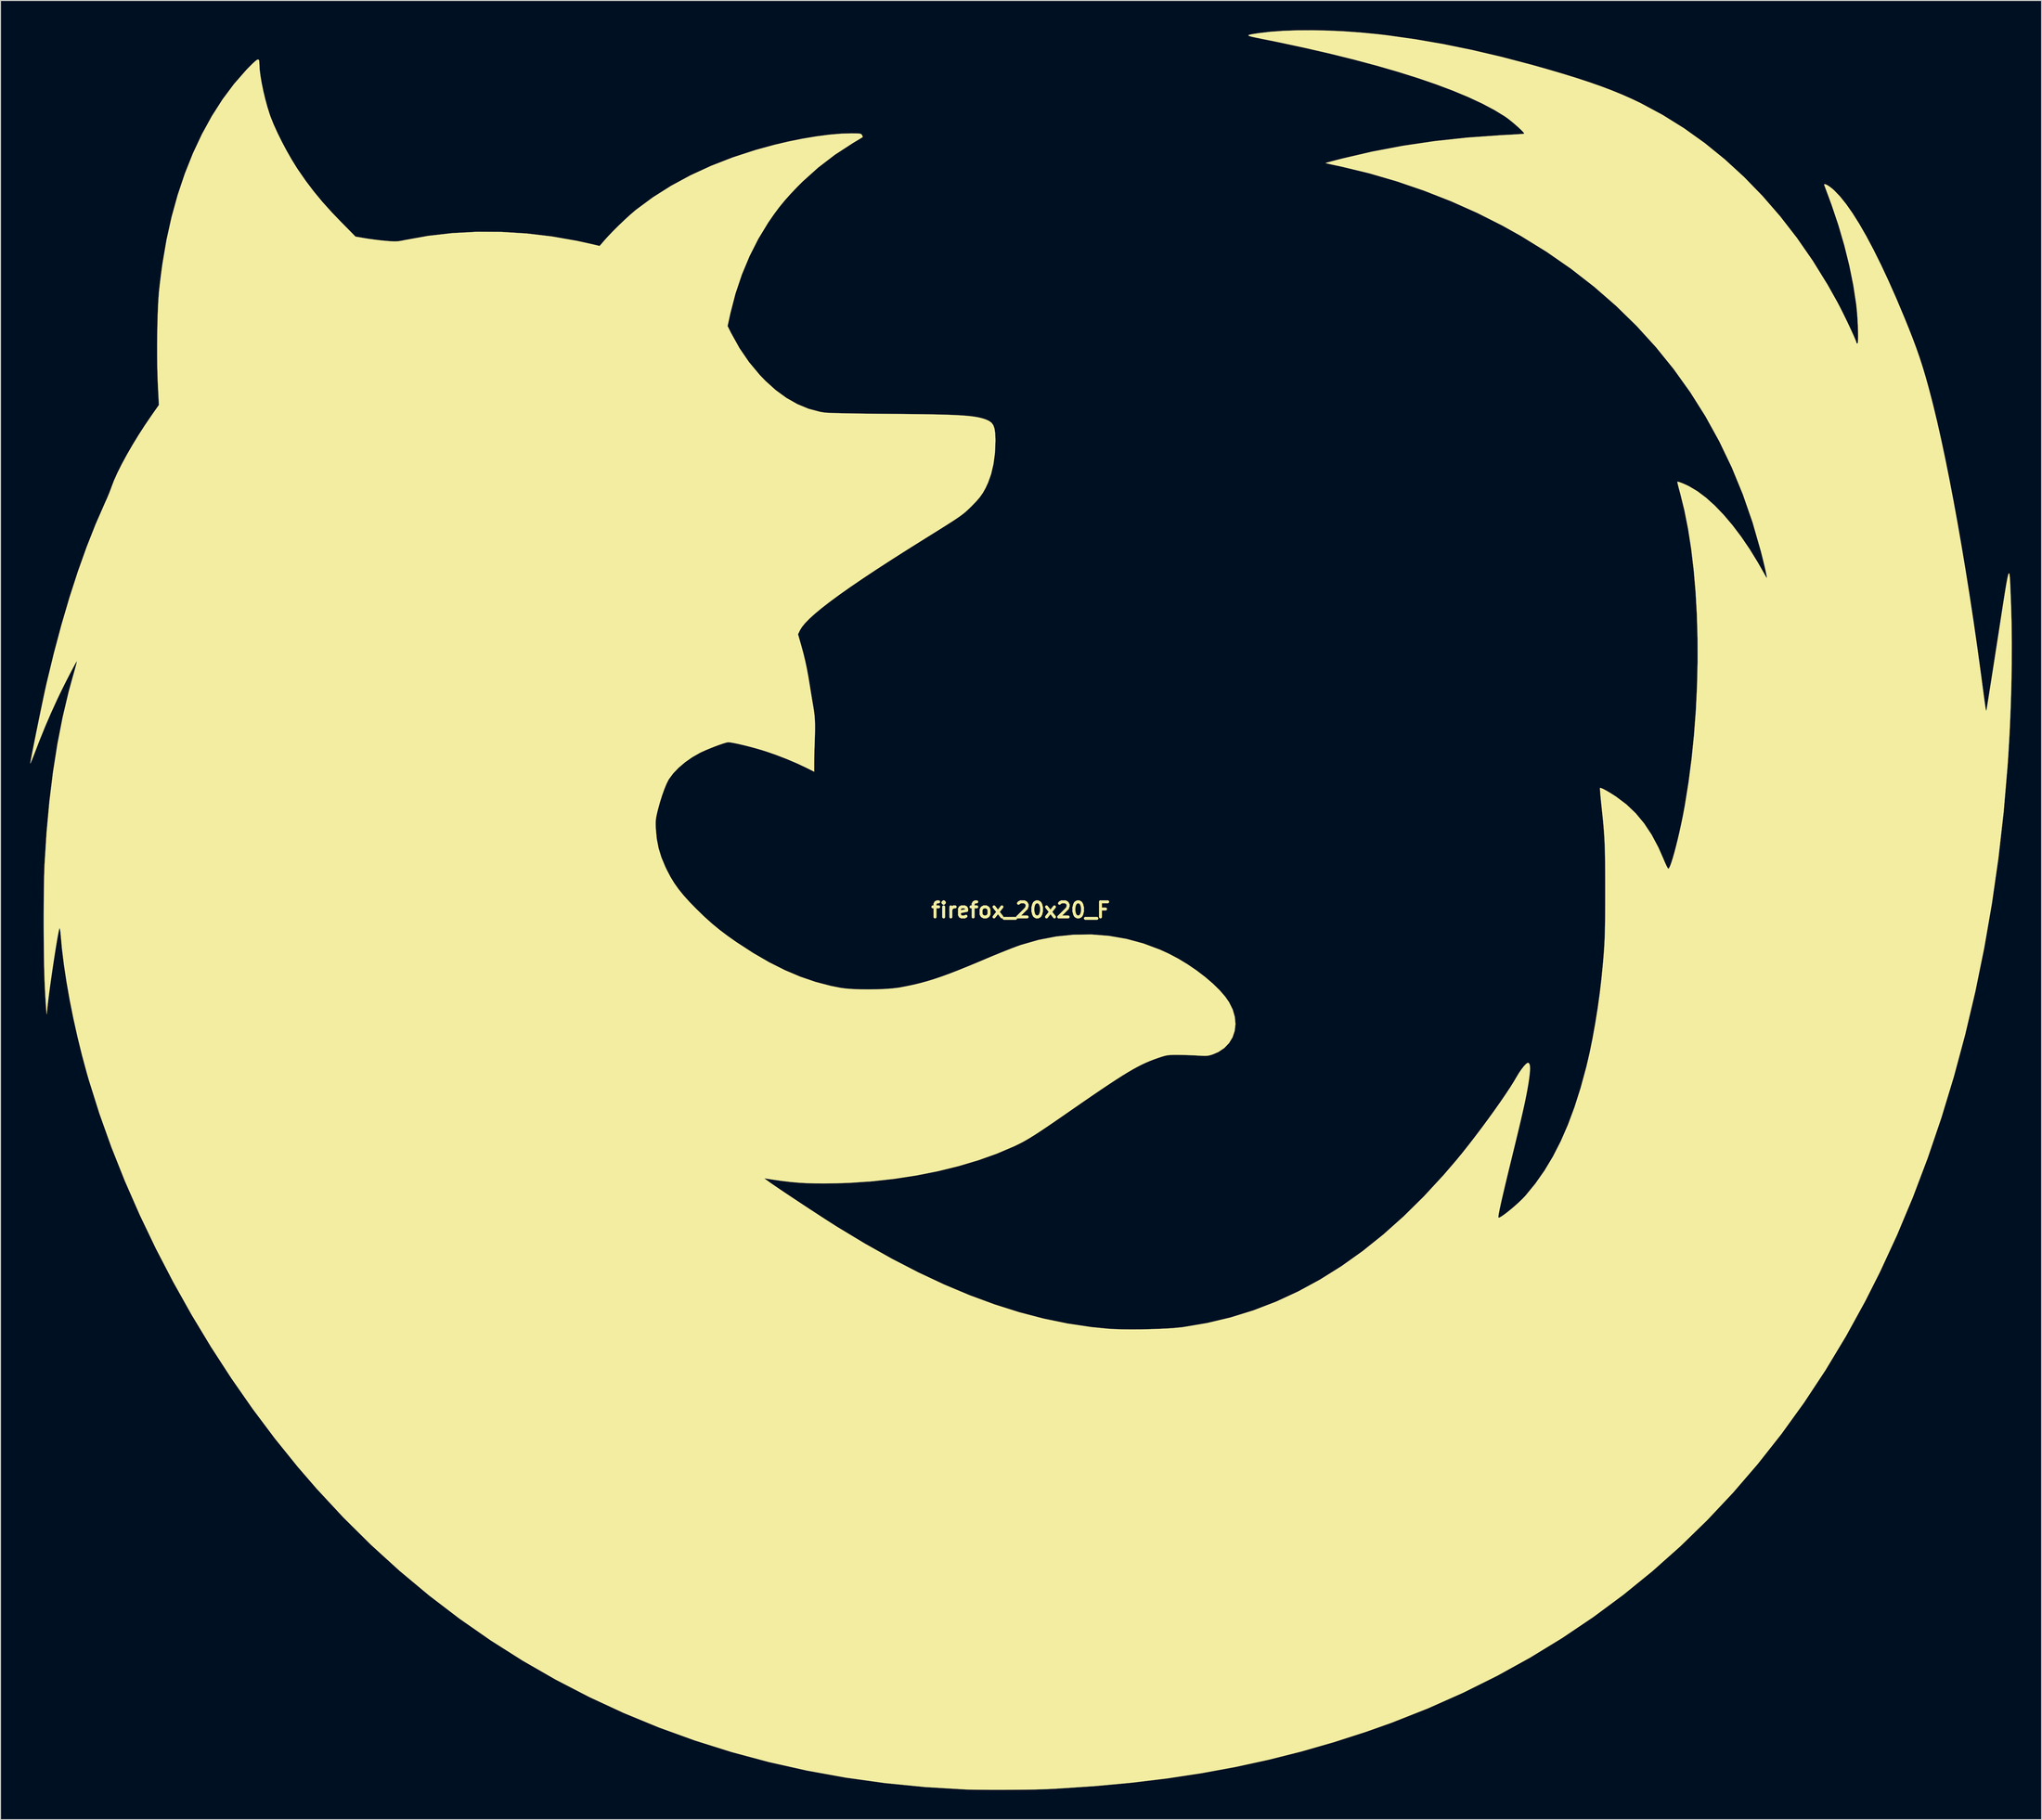
<source format=kicad_pcb>
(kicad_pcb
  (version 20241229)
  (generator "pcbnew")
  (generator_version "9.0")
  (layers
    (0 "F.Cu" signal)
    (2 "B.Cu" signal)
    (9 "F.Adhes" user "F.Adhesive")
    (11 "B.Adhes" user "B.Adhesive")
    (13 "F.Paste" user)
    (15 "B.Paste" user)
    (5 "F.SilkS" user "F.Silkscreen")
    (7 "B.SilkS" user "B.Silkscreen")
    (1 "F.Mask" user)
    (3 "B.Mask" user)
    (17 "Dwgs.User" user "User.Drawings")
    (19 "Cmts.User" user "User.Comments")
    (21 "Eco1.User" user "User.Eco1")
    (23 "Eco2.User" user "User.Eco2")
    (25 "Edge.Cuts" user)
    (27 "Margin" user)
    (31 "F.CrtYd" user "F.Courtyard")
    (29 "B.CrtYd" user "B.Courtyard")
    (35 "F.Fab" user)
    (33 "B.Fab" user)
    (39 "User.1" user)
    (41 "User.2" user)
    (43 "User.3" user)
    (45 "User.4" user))
  (footprint "firefox_20x20_F"
    (layer "F.Cu")
    (at 99.91 88.812)
    (property "Reference" "firefox_20x20_F" (at 0 0 0) (layer "F.SilkS") (effects (font (size 1.524 1.524) (thickness 0.3))))
    (attr through_hole)
    (fp_poly (pts (xy 31.088 -88.771) (xy 32.747 -88.691) (xy 34.431 -88.568) (xy 36.117 -88.403) (xy 36.957 -88.304) (xy 39.773 -87.907) (xy 42.619 -87.416) (xy 45.517 -86.824) (xy 48.486 -86.129) (xy 51.549 -85.325) (xy 53.086 -84.891) (xy 54.66 -84.428) (xy 56.086 -83.987) (xy 57.384 -83.56) (xy 58.574 -83.142) (xy 59.676 -82.724) (xy 60.708 -82.3) (xy 61.691 -81.863) (xy 62.537 -81.458) (xy 64.761 -80.264) (xy 66.922 -78.916) (xy 69.015 -77.419) (xy 71.037 -75.776) (xy 72.983 -73.992) (xy 74.847 -72.071) (xy 76.627 -70.019) (xy 78.316 -67.84) (xy 79.912 -65.537) (xy 81.409 -63.116) (xy 82.403 -61.341) (xy 82.634 -60.901) (xy 82.885 -60.404) (xy 83.147 -59.874) (xy 83.408 -59.335) (xy 83.656 -58.81) (xy 83.881 -58.322) (xy 84.072 -57.897) (xy 84.217 -57.556) (xy 84.306 -57.324) (xy 84.328 -57.234) (xy 84.381 -57.183) (xy 84.426 -57.2) (xy 84.46 -57.306) (xy 84.479 -57.554) (xy 84.486 -57.918) (xy 84.48 -58.373) (xy 84.463 -58.892) (xy 84.436 -59.449) (xy 84.399 -60.018) (xy 84.353 -60.572) (xy 84.299 -61.086) (xy 84.286 -61.194) (xy 83.999 -63.077) (xy 83.601 -65.047) (xy 83.099 -67.071) (xy 82.504 -69.115) (xy 81.822 -71.146) (xy 81.673 -71.555) (xy 81.497 -72.031) (xy 81.338 -72.46) (xy 81.207 -72.812) (xy 81.114 -73.059) (xy 81.07 -73.172) (xy 81.068 -73.269) (xy 81.172 -73.27) (xy 81.358 -73.186) (xy 81.602 -73.03) (xy 81.88 -72.815) (xy 82.058 -72.658) (xy 82.647 -72.047) (xy 83.268 -71.274) (xy 83.921 -70.344) (xy 84.602 -69.261) (xy 85.309 -68.03) (xy 86.04 -66.653) (xy 86.793 -65.136) (xy 87.565 -63.483) (xy 88.355 -61.698) (xy 89.159 -59.785) (xy 89.558 -58.801) (xy 89.972 -57.749) (xy 90.34 -56.762) (xy 90.676 -55.802) (xy 90.989 -54.836) (xy 91.291 -53.826) (xy 91.594 -52.738) (xy 91.909 -51.536) (xy 92.067 -50.913) (xy 92.463 -49.27) (xy 92.867 -47.473) (xy 93.278 -45.535) (xy 93.692 -43.472) (xy 94.108 -41.297) (xy 94.522 -39.024) (xy 94.931 -36.668) (xy 95.335 -34.244) (xy 95.729 -31.766) (xy 96.112 -29.247) (xy 96.48 -26.703) (xy 96.832 -24.148) (xy 96.897 -23.664) (xy 97.014 -22.78) (xy 97.111 -22.049) (xy 97.19 -21.46) (xy 97.253 -20.997) (xy 97.302 -20.649) (xy 97.339 -20.401) (xy 97.368 -20.24) (xy 97.389 -20.152) (xy 97.405 -20.124) (xy 97.418 -20.142) (xy 97.431 -20.193) (xy 97.446 -20.264) (xy 97.449 -20.278) (xy 97.47 -20.399) (xy 97.515 -20.674) (xy 97.582 -21.091) (xy 97.669 -21.638) (xy 97.773 -22.3) (xy 97.894 -23.066) (xy 98.028 -23.923) (xy 98.174 -24.858) (xy 98.329 -25.857) (xy 98.493 -26.91) (xy 98.6 -27.601) (xy 98.803 -28.915) (xy 98.98 -30.066) (xy 99.134 -31.06) (xy 99.267 -31.901) (xy 99.38 -32.594) (xy 99.475 -33.143) (xy 99.554 -33.553) (xy 99.619 -33.83) (xy 99.672 -33.977) (xy 99.716 -34) (xy 99.751 -33.902) (xy 99.78 -33.69) (xy 99.805 -33.368) (xy 99.827 -32.939) (xy 99.849 -32.41) (xy 99.873 -31.785) (xy 99.9 -31.068) (xy 99.91 -30.819) (xy 99.965 -28.938) (xy 99.988 -26.92) (xy 99.98 -24.795) (xy 99.941 -22.591) (xy 99.871 -20.339) (xy 99.773 -18.066) (xy 99.645 -15.804) (xy 99.562 -14.563) (xy 99.164 -9.876) (xy 98.638 -5.247) (xy 97.985 -0.682) (xy 97.207 3.814) (xy 96.306 8.234) (xy 95.283 12.572) (xy 94.14 16.822) (xy 92.879 20.977) (xy 91.501 25.033) (xy 90.008 28.982) (xy 88.401 32.819) (xy 86.683 36.537) (xy 85.201 39.475) (xy 83.256 43.015) (xy 81.199 46.428) (xy 79.031 49.714) (xy 76.752 52.872) (xy 74.365 55.902) (xy 71.868 58.803) (xy 69.263 61.574) (xy 66.551 64.215) (xy 63.732 66.726) (xy 60.807 69.105) (xy 57.776 71.352) (xy 54.642 73.466) (xy 51.403 75.447) (xy 48.062 77.293) (xy 44.618 79.006) (xy 41.072 80.583) (xy 37.426 82.024) (xy 34.846 82.94) (xy 31.59 83.989) (xy 28.32 84.929) (xy 25.019 85.761) (xy 21.672 86.49) (xy 18.262 87.117) (xy 14.775 87.646) (xy 11.194 88.08) (xy 7.503 88.421) (xy 3.687 88.673) (xy 2.54 88.73) (xy 2.012 88.749) (xy 1.346 88.766) (xy 0.575 88.779) (xy -0.27 88.788) (xy -1.158 88.795) (xy -2.058 88.797) (xy -2.938 88.797) (xy -3.768 88.792) (xy -4.515 88.784) (xy -5.149 88.771) (xy -5.546 88.759) (xy -9.642 88.516) (xy -13.677 88.117) (xy -17.649 87.563) (xy -21.556 86.855) (xy -25.397 85.994) (xy -29.168 84.981) (xy -32.868 83.816) (xy -36.495 82.502) (xy -40.048 81.038) (xy -43.523 79.425) (xy -46.92 77.665) (xy -50.236 75.759) (xy -53.47 73.707) (xy -56.619 71.511) (xy -59.681 69.171) (xy -62.655 66.688) (xy -65.538 64.064) (xy -68.328 61.298) (xy -71.025 58.393) (xy -72.939 56.176) (xy -75.238 53.325) (xy -77.466 50.351) (xy -79.613 47.269) (xy -81.672 44.094) (xy -83.634 40.841) (xy -85.492 37.525) (xy -87.238 34.161) (xy -88.863 30.765) (xy -90.36 27.352) (xy -91.719 23.937) (xy -92.934 20.535) (xy -93.995 17.16) (xy -94.198 16.457) (xy -94.688 14.643) (xy -95.143 12.788) (xy -95.559 10.922) (xy -95.928 9.071) (xy -96.246 7.265) (xy -96.508 5.533) (xy -96.709 3.901) (xy -96.824 2.643) (xy -96.856 2.297) (xy -96.893 2.02) (xy -96.928 1.851) (xy -96.944 1.82) (xy -96.977 1.887) (xy -97.03 2.103) (xy -97.099 2.449) (xy -97.181 2.907) (xy -97.275 3.458) (xy -97.376 4.083) (xy -97.483 4.764) (xy -97.592 5.482) (xy -97.701 6.217) (xy -97.807 6.952) (xy -97.907 7.667) (xy -97.998 8.344) (xy -98.078 8.964) (xy -98.143 9.508) (xy -98.191 9.958) (xy -98.22 10.295) (xy -98.225 10.395) (xy -98.235 10.507) (xy -98.253 10.466) (xy -98.275 10.286) (xy -98.303 9.984) (xy -98.333 9.573) (xy -98.365 9.07) (xy -98.398 8.49) (xy -98.431 7.849) (xy -98.461 7.185) (xy -98.486 6.491) (xy -98.507 5.667) (xy -98.524 4.739) (xy -98.536 3.73) (xy -98.544 2.668) (xy -98.549 1.578) (xy -98.549 0.484) (xy -98.544 -0.586) (xy -98.536 -1.609) (xy -98.523 -2.558) (xy -98.507 -3.408) (xy -98.485 -4.133) (xy -98.467 -4.581) (xy -98.263 -7.839) (xy -97.979 -10.952) (xy -97.615 -13.923) (xy -97.17 -16.756) (xy -96.643 -19.456) (xy -96.035 -22.026) (xy -95.634 -23.492) (xy -95.494 -23.985) (xy -95.374 -24.419) (xy -95.28 -24.769) (xy -95.219 -25.011) (xy -95.198 -25.12) (xy -95.199 -25.123) (xy -95.247 -25.064) (xy -95.359 -24.875) (xy -95.523 -24.578) (xy -95.727 -24.195) (xy -95.961 -23.748) (xy -96.212 -23.259) (xy -96.469 -22.75) (xy -96.721 -22.243) (xy -96.957 -21.76) (xy -97.165 -21.323) (xy -97.191 -21.268) (xy -97.827 -19.872) (xy -98.401 -18.541) (xy -98.944 -17.203) (xy -99.326 -16.214) (xy -99.503 -15.75) (xy -99.659 -15.355) (xy -99.784 -15.05) (xy -99.868 -14.856) (xy -99.904 -14.796) (xy -99.905 -14.799) (xy -99.889 -14.921) (xy -99.842 -15.189) (xy -99.768 -15.583) (xy -99.671 -16.083) (xy -99.555 -16.671) (xy -99.424 -17.325) (xy -99.283 -18.027) (xy -99.134 -18.757) (xy -98.983 -19.495) (xy -98.832 -20.222) (xy -98.687 -20.917) (xy -98.551 -21.561) (xy -98.428 -22.134) (xy -98.322 -22.617) (xy -98.258 -22.902) (xy -97.528 -25.919) (xy -96.757 -28.808) (xy -95.949 -31.563) (xy -95.103 -34.176) (xy -94.223 -36.643) (xy -93.311 -38.956) (xy -92.369 -41.109) (xy -92.329 -41.195) (xy -92.137 -41.626) (xy -91.947 -42.083) (xy -91.787 -42.496) (xy -91.725 -42.672) (xy -91.465 -43.354) (xy -91.109 -44.146) (xy -90.67 -45.024) (xy -90.159 -45.968) (xy -89.589 -46.956) (xy -88.972 -47.966) (xy -88.32 -48.976) (xy -87.692 -49.898) (xy -86.93 -50.986) (xy -87.038 -53.116) (xy -87.071 -53.939) (xy -87.094 -54.861) (xy -87.106 -55.854) (xy -87.108 -56.887) (xy -87.1 -57.933) (xy -87.083 -58.962) (xy -87.057 -59.945) (xy -87.022 -60.854) (xy -86.979 -61.659) (xy -86.929 -62.331) (xy -86.914 -62.484) (xy -86.852 -63.054) (xy -86.772 -63.72) (xy -86.685 -64.411) (xy -86.598 -65.058) (xy -86.569 -65.261) (xy -86.163 -67.65) (xy -85.649 -69.965) (xy -85.031 -72.199) (xy -84.312 -74.342) (xy -83.497 -76.386) (xy -82.588 -78.322) (xy -81.59 -80.141) (xy -80.507 -81.836) (xy -79.342 -83.397) (xy -78.1 -84.816) (xy -77.834 -85.09) (xy -77.465 -85.458) (xy -77.195 -85.706) (xy -77.008 -85.838) (xy -76.891 -85.857) (xy -76.826 -85.768) (xy -76.799 -85.575) (xy -76.794 -85.368) (xy -76.764 -84.834) (xy -76.681 -84.178) (xy -76.554 -83.436) (xy -76.391 -82.645) (xy -76.198 -81.841) (xy -75.985 -81.06) (xy -75.758 -80.339) (xy -75.657 -80.052) (xy -75.355 -79.3) (xy -74.972 -78.455) (xy -74.529 -77.559) (xy -74.049 -76.653) (xy -73.551 -75.78) (xy -73.059 -74.981) (xy -72.908 -74.749) (xy -72.114 -73.603) (xy -71.3 -72.528) (xy -70.435 -71.482) (xy -69.484 -70.425) (xy -68.623 -69.529) (xy -67.098 -67.979) (xy -66.15 -67.817) (xy -65.669 -67.742) (xy -65.097 -67.666) (xy -64.512 -67.597) (xy -64.075 -67.554) (xy -63.6 -67.515) (xy -63.242 -67.496) (xy -62.951 -67.499) (xy -62.677 -67.527) (xy -62.368 -67.581) (xy -62.103 -67.636) (xy -59.763 -68.056) (xy -57.352 -68.332) (xy -54.885 -68.464) (xy -52.378 -68.452) (xy -49.849 -68.297) (xy -47.312 -67.999) (xy -44.785 -67.558) (xy -43.397 -67.253) (xy -42.472 -67.034) (xy -42.008 -67.574) (xy -41.601 -68.026) (xy -41.103 -68.546) (xy -40.55 -69.096) (xy -39.98 -69.641) (xy -39.431 -70.145) (xy -38.941 -70.57) (xy -38.776 -70.704) (xy -37.088 -71.953) (xy -35.263 -73.107) (xy -33.306 -74.166) (xy -31.223 -75.125) (xy -29.019 -75.983) (xy -26.7 -76.737) (xy -24.805 -77.254) (xy -23.359 -77.593) (xy -21.94 -77.877) (xy -20.575 -78.104) (xy -19.287 -78.27) (xy -18.103 -78.37) (xy -17.109 -78.401) (xy -16.677 -78.399) (xy -16.383 -78.39) (xy -16.197 -78.368) (xy -16.088 -78.329) (xy -16.024 -78.268) (xy -15.998 -78.225) (xy -15.936 -78.08) (xy -15.932 -78.024) (xy -16.011 -77.974) (xy -16.208 -77.854) (xy -16.495 -77.681) (xy -16.844 -77.471) (xy -16.933 -77.418) (xy -18.732 -76.247) (xy -20.425 -74.949) (xy -22.001 -73.533) (xy -22.525 -73.009) (xy -23.216 -72.282) (xy -23.811 -71.612) (xy -24.349 -70.955) (xy -24.866 -70.262) (xy -25.401 -69.49) (xy -25.472 -69.384) (xy -26.465 -67.75) (xy -27.351 -66) (xy -28.121 -64.152) (xy -28.767 -62.227) (xy -29.281 -60.243) (xy -29.302 -60.146) (xy -29.562 -58.952) (xy -29.207 -58.241) (xy -28.359 -56.715) (xy -27.398 -55.31) (xy -26.314 -54.01) (xy -25.747 -53.421) (xy -24.711 -52.486) (xy -23.635 -51.702) (xy -22.528 -51.073) (xy -21.397 -50.603) (xy -20.25 -50.296) (xy -19.768 -50.217) (xy -19.559 -50.201) (xy -19.195 -50.184) (xy -18.688 -50.167) (xy -18.054 -50.151) (xy -17.304 -50.136) (xy -16.454 -50.121) (xy -15.516 -50.108) (xy -14.504 -50.097) (xy -13.432 -50.088) (xy -13.166 -50.086) (xy -11.742 -50.074) (xy -10.477 -50.061) (xy -9.358 -50.045) (xy -8.375 -50.026) (xy -7.515 -50.003) (xy -6.769 -49.975) (xy -6.123 -49.943) (xy -5.567 -49.904) (xy -5.09 -49.859) (xy -4.68 -49.806) (xy -4.326 -49.746) (xy -4.017 -49.677) (xy -3.74 -49.599) (xy -3.506 -49.519) (xy -3.178 -49.37) (xy -2.931 -49.186) (xy -2.755 -48.94) (xy -2.639 -48.61) (xy -2.572 -48.17) (xy -2.545 -47.597) (xy -2.542 -47.326) (xy -2.59 -46.15) (xy -2.738 -45.033) (xy -2.978 -44.006) (xy -3.278 -43.162) (xy -3.54 -42.595) (xy -3.81 -42.114) (xy -4.12 -41.673) (xy -4.504 -41.225) (xy -4.992 -40.725) (xy -4.993 -40.725) (xy -5.201 -40.522) (xy -5.393 -40.342) (xy -5.584 -40.172) (xy -5.788 -40.005) (xy -6.021 -39.828) (xy -6.296 -39.632) (xy -6.629 -39.407) (xy -7.034 -39.143) (xy -7.526 -38.83) (xy -8.119 -38.456) (xy -8.828 -38.013) (xy -9.572 -37.55) (xy -11.378 -36.418) (xy -13.037 -35.362) (xy -14.55 -34.38) (xy -15.921 -33.47) (xy -17.152 -32.631) (xy -18.245 -31.86) (xy -19.204 -31.155) (xy -20.031 -30.515) (xy -20.729 -29.938) (xy -21.299 -29.422) (xy -21.746 -28.964) (xy -22.07 -28.563) (xy -22.264 -28.243) (xy -22.457 -27.845) (xy -22.15 -26.771) (xy -21.922 -25.939) (xy -21.73 -25.15) (xy -21.56 -24.346) (xy -21.4 -23.469) (xy -21.293 -22.818) (xy -21.204 -22.262) (xy -21.105 -21.66) (xy -21.009 -21.081) (xy -20.926 -20.593) (xy -20.918 -20.547) (xy -20.845 -20.089) (xy -20.792 -19.657) (xy -20.758 -19.216) (xy -20.741 -18.734) (xy -20.741 -18.177) (xy -20.756 -17.511) (xy -20.777 -16.891) (xy -20.795 -16.356) (xy -20.81 -15.796) (xy -20.821 -15.274) (xy -20.826 -14.851) (xy -20.826 -14.795) (xy -20.828 -13.968) (xy -21.576 -14.344) (xy -22.536 -14.798) (xy -23.6 -15.25) (xy -24.704 -15.676) (xy -25.648 -16.004) (xy -26.18 -16.17) (xy -26.762 -16.338) (xy -27.362 -16.499) (xy -27.948 -16.647) (xy -28.489 -16.773) (xy -28.955 -16.869) (xy -29.312 -16.929) (xy -29.487 -16.944) (xy -29.668 -16.914) (xy -29.969 -16.827) (xy -30.36 -16.695) (xy -30.807 -16.531) (xy -31.277 -16.347) (xy -31.737 -16.155) (xy -32.154 -15.969) (xy -32.357 -15.871) (xy -33.116 -15.44) (xy -33.837 -14.935) (xy -34.489 -14.382) (xy -35.043 -13.807) (xy -35.467 -13.236) (xy -35.539 -13.115) (xy -35.74 -12.707) (xy -35.959 -12.168) (xy -36.183 -11.535) (xy -36.398 -10.844) (xy -36.594 -10.132) (xy -36.62 -10.026) (xy -36.726 -9.575) (xy -36.789 -9.218) (xy -36.817 -8.887) (xy -36.816 -8.516) (xy -36.802 -8.213) (xy -36.708 -7.2) (xy -36.526 -6.257) (xy -36.243 -5.333) (xy -35.846 -4.376) (xy -35.676 -4.022) (xy -35.32 -3.344) (xy -34.936 -2.715) (xy -34.502 -2.104) (xy -33.997 -1.481) (xy -33.398 -0.817) (xy -32.725 -0.126) (xy -31.918 0.658) (xy -31.149 1.351) (xy -30.37 1.994) (xy -29.531 2.627) (xy -28.66 3.239) (xy -26.988 4.326) (xy -25.369 5.265) (xy -23.789 6.06) (xy -22.233 6.72) (xy -20.686 7.249) (xy -19.135 7.655) (xy -18.161 7.847) (xy -17.615 7.918) (xy -16.941 7.968) (xy -16.177 7.997) (xy -15.363 8.006) (xy -14.538 7.994) (xy -13.742 7.963) (xy -13.013 7.912) (xy -12.39 7.841) (xy -12.15 7.802) (xy -11.423 7.662) (xy -10.736 7.515) (xy -10.068 7.352) (xy -9.401 7.168) (xy -8.713 6.956) (xy -7.985 6.71) (xy -7.198 6.423) (xy -6.332 6.088) (xy -5.366 5.698) (xy -4.282 5.248) (xy -3.405 4.877) (xy -2.751 4.603) (xy -2.085 4.33) (xy -1.441 4.071) (xy -0.852 3.841) (xy -0.351 3.652) (xy 0.024 3.519) (xy 1.796 3.01) (xy 3.581 2.664) (xy 5.372 2.481) (xy 7.158 2.461) (xy 8.929 2.603) (xy 10.678 2.907) (xy 12.393 3.371) (xy 14.066 3.996) (xy 14.944 4.398) (xy 15.902 4.904) (xy 16.848 5.477) (xy 17.76 6.1) (xy 18.616 6.754) (xy 19.395 7.423) (xy 20.076 8.089) (xy 20.637 8.736) (xy 21.024 9.29) (xy 21.392 10.032) (xy 21.606 10.773) (xy 21.672 11.498) (xy 21.595 12.191) (xy 21.379 12.836) (xy 21.03 13.416) (xy 20.553 13.916) (xy 19.952 14.321) (xy 19.382 14.566) (xy 19.119 14.648) (xy 18.887 14.697) (xy 18.638 14.716) (xy 18.318 14.71) (xy 17.907 14.685) (xy 17.428 14.658) (xy 16.86 14.636) (xy 16.281 14.621) (xy 15.875 14.616) (xy 15.41 14.617) (xy 15.063 14.629) (xy 14.779 14.66) (xy 14.509 14.718) (xy 14.198 14.812) (xy 13.873 14.921) (xy 13.453 15.07) (xy 13.045 15.228) (xy 12.638 15.4) (xy 12.221 15.595) (xy 11.782 15.819) (xy 11.31 16.079) (xy 10.794 16.381) (xy 10.222 16.733) (xy 9.583 17.142) (xy 8.865 17.614) (xy 8.057 18.155) (xy 7.149 18.774) (xy 6.128 19.477) (xy 4.983 20.27) (xy 4.743 20.437) (xy 3.863 21.047) (xy 3.104 21.569) (xy 2.452 22.012) (xy 1.889 22.387) (xy 1.401 22.703) (xy 0.972 22.971) (xy 0.585 23.2) (xy 0.225 23.401) (xy -0.125 23.583) (xy -0.479 23.756) (xy -0.665 23.844) (xy -2.397 24.582) (xy -4.264 25.248) (xy -6.248 25.839) (xy -8.329 26.352) (xy -10.489 26.781) (xy -12.707 27.123) (xy -14.964 27.374) (xy -17.241 27.529) (xy -18.584 27.575) (xy -19.699 27.591) (xy -20.686 27.587) (xy -21.588 27.561) (xy -22.446 27.51) (xy -23.302 27.431) (xy -24.198 27.323) (xy -25.174 27.181) (xy -25.527 27.125) (xy -25.866 27.071) (xy -25.485 27.352) (xy -25.219 27.542) (xy -24.831 27.81) (xy -24.341 28.143) (xy -23.77 28.528) (xy -23.137 28.951) (xy -22.462 29.399) (xy -21.767 29.859) (xy -21.07 30.316) (xy -20.392 30.759) (xy -19.754 31.174) (xy -19.175 31.546) (xy -18.676 31.864) (xy -18.493 31.979) (xy -15.707 33.662) (xy -12.983 35.192) (xy -10.317 36.569) (xy -7.704 37.796) (xy -5.14 38.873) (xy -2.62 39.803) (xy -0.141 40.588) (xy 2.303 41.228) (xy 4.716 41.726) (xy 7.102 42.083) (xy 8.838 42.256) (xy 9.507 42.295) (xy 10.297 42.318) (xy 11.172 42.327) (xy 12.097 42.321) (xy 13.037 42.301) (xy 13.957 42.269) (xy 14.822 42.226) (xy 15.597 42.171) (xy 16.248 42.106) (xy 16.395 42.087) (xy 18.803 41.68) (xy 21.167 41.118) (xy 23.486 40.399) (xy 25.764 39.523) (xy 28.001 38.489) (xy 30.2 37.295) (xy 32.362 35.941) (xy 34.489 34.426) (xy 36.582 32.748) (xy 38.644 30.906) (xy 40.676 28.9) (xy 42.68 26.728) (xy 43.95 25.248) (xy 44.551 24.515) (xy 45.187 23.713) (xy 45.843 22.863) (xy 46.506 21.985) (xy 47.159 21.1) (xy 47.789 20.227) (xy 48.38 19.388) (xy 48.917 18.603) (xy 49.387 17.893) (xy 49.773 17.277) (xy 49.991 16.904) (xy 50.25 16.472) (xy 50.514 16.082) (xy 50.764 15.76) (xy 50.98 15.53) (xy 51.142 15.417) (xy 51.179 15.409) (xy 51.3 15.474) (xy 51.37 15.673) (xy 51.39 16.012) (xy 51.36 16.497) (xy 51.281 17.134) (xy 51.22 17.526) (xy 51.15 17.944) (xy 51.072 18.37) (xy 50.985 18.821) (xy 50.884 19.312) (xy 50.766 19.859) (xy 50.627 20.477) (xy 50.464 21.183) (xy 50.273 21.991) (xy 50.05 22.918) (xy 49.793 23.98) (xy 49.527 25.071) (xy 49.229 26.293) (xy 48.972 27.359) (xy 48.755 28.275) (xy 48.575 29.046) (xy 48.432 29.682) (xy 48.323 30.187) (xy 48.248 30.569) (xy 48.205 30.835) (xy 48.192 30.992) (xy 48.202 31.043) (xy 48.303 31.031) (xy 48.505 30.92) (xy 48.785 30.727) (xy 49.122 30.47) (xy 49.495 30.168) (xy 49.88 29.838) (xy 50.257 29.497) (xy 50.604 29.164) (xy 50.898 28.857) (xy 50.937 28.813) (xy 51.93 27.6) (xy 52.849 26.289) (xy 53.699 24.872) (xy 54.484 23.338) (xy 55.208 21.678) (xy 55.876 19.883) (xy 56.492 17.944) (xy 57.061 15.851) (xy 57.097 15.706) (xy 57.4 14.402) (xy 57.691 12.973) (xy 57.963 11.463) (xy 58.21 9.917) (xy 58.424 8.377) (xy 58.597 6.889) (xy 58.626 6.604) (xy 58.7 5.836) (xy 58.763 5.154) (xy 58.815 4.535) (xy 58.858 3.953) (xy 58.892 3.387) (xy 58.919 2.811) (xy 58.938 2.204) (xy 58.952 1.54) (xy 58.962 0.796) (xy 58.967 -0.051) (xy 58.969 -1.024) (xy 58.97 -1.905) (xy 58.969 -3.007) (xy 58.966 -3.964) (xy 58.96 -4.797) (xy 58.95 -5.531) (xy 58.934 -6.188) (xy 58.912 -6.792) (xy 58.882 -7.367) (xy 58.844 -7.934) (xy 58.797 -8.518) (xy 58.739 -9.142) (xy 58.669 -9.829) (xy 58.587 -10.602) (xy 58.582 -10.654) (xy 58.529 -11.161) (xy 58.487 -11.609) (xy 58.458 -11.97) (xy 58.443 -12.219) (xy 58.445 -12.329) (xy 58.447 -12.331) (xy 58.549 -12.322) (xy 58.768 -12.228) (xy 59.081 -12.062) (xy 59.465 -11.837) (xy 59.897 -11.564) (xy 60.095 -11.433) (xy 61.119 -10.66) (xy 62.049 -9.772) (xy 62.89 -8.76) (xy 63.65 -7.614) (xy 64.335 -6.328) (xy 64.804 -5.265) (xy 64.969 -4.873) (xy 65.12 -4.542) (xy 65.243 -4.301) (xy 65.322 -4.18) (xy 65.333 -4.172) (xy 65.41 -4.232) (xy 65.514 -4.442) (xy 65.64 -4.784) (xy 65.786 -5.243) (xy 65.945 -5.8) (xy 66.114 -6.439) (xy 66.289 -7.144) (xy 66.464 -7.897) (xy 66.636 -8.682) (xy 66.801 -9.481) (xy 66.952 -10.279) (xy 67.007 -10.583) (xy 67.379 -12.913) (xy 67.688 -15.296) (xy 67.933 -17.716) (xy 68.116 -20.156) (xy 68.235 -22.601) (xy 68.292 -25.034) (xy 68.287 -27.439) (xy 68.219 -29.799) (xy 68.09 -32.098) (xy 67.899 -34.32) (xy 67.647 -36.447) (xy 67.333 -38.465) (xy 66.959 -40.356) (xy 66.554 -41.996) (xy 66.438 -42.423) (xy 66.343 -42.789) (xy 66.276 -43.064) (xy 66.244 -43.219) (xy 66.243 -43.242) (xy 66.34 -43.234) (xy 66.551 -43.166) (xy 66.838 -43.053) (xy 67.164 -42.909) (xy 67.441 -42.774) (xy 68.278 -42.276) (xy 69.143 -41.625) (xy 70.025 -40.83) (xy 70.916 -39.903) (xy 71.804 -38.856) (xy 72.681 -37.698) (xy 73.537 -36.442) (xy 74.362 -35.098) (xy 74.582 -34.713) (xy 74.803 -34.324) (xy 74.998 -33.981) (xy 75.151 -33.713) (xy 75.244 -33.553) (xy 75.259 -33.528) (xy 75.281 -33.537) (xy 75.263 -33.694) (xy 75.209 -33.982) (xy 75.122 -34.386) (xy 75.005 -34.888) (xy 74.863 -35.473) (xy 74.698 -36.124) (xy 74.669 -36.237) (xy 73.834 -39.145) (xy 72.857 -41.96) (xy 71.74 -44.681) (xy 70.483 -47.306) (xy 69.088 -49.835) (xy 67.555 -52.266) (xy 65.886 -54.599) (xy 64.081 -56.831) (xy 62.142 -58.961) (xy 60.068 -60.989) (xy 57.862 -62.913) (xy 55.525 -64.732) (xy 53.057 -66.445) (xy 50.458 -68.05) (xy 48.602 -69.088) (xy 46.075 -70.363) (xy 43.434 -71.541) (xy 40.711 -72.609) (xy 37.941 -73.557) (xy 35.154 -74.371) (xy 32.384 -75.04) (xy 31.856 -75.152) (xy 31.449 -75.238) (xy 31.112 -75.313) (xy 30.874 -75.371) (xy 30.765 -75.405) (xy 30.761 -75.409) (xy 30.848 -75.437) (xy 31.073 -75.5) (xy 31.413 -75.591) (xy 31.841 -75.703) (xy 32.333 -75.83) (xy 32.433 -75.856) (xy 35.469 -76.563) (xy 38.575 -77.15) (xy 41.765 -77.62) (xy 45.053 -77.975) (xy 48.453 -78.216) (xy 48.853 -78.237) (xy 49.403 -78.266) (xy 49.894 -78.295) (xy 50.302 -78.321) (xy 50.602 -78.345) (xy 50.77 -78.363) (xy 50.796 -78.37) (xy 50.765 -78.449) (xy 50.624 -78.611) (xy 50.399 -78.834) (xy 50.114 -79.097) (xy 49.793 -79.377) (xy 49.461 -79.653) (xy 49.142 -79.903) (xy 48.86 -80.105) (xy 48.844 -80.116) (xy 47.776 -80.768) (xy 46.543 -81.42) (xy 45.148 -82.069) (xy 43.597 -82.715) (xy 41.893 -83.356) (xy 40.041 -83.991) (xy 38.043 -84.618) (xy 35.906 -85.236) (xy 33.632 -85.844) (xy 31.226 -86.441) (xy 28.691 -87.025) (xy 26.033 -87.595) (xy 24.35 -87.935) (xy 23.766 -88.053) (xy 23.344 -88.145) (xy 23.081 -88.218) (xy 22.971 -88.279) (xy 23.013 -88.332) (xy 23.201 -88.385) (xy 23.531 -88.444) (xy 23.978 -88.512) (xy 25.166 -88.653) (xy 26.494 -88.749) (xy 27.939 -88.8) (xy 29.478 -88.807) (xy 31.088 -88.771)) (stroke (width 0.01) (type solid)) (fill yes) (layer "F.SilkS")))
  (gr_rect
    (start -3 -3)
    (end 202.903 180.615)
    (stroke (width 0.1) (type default))
    (fill no)
    (layer "Edge.Cuts")))
</source>
